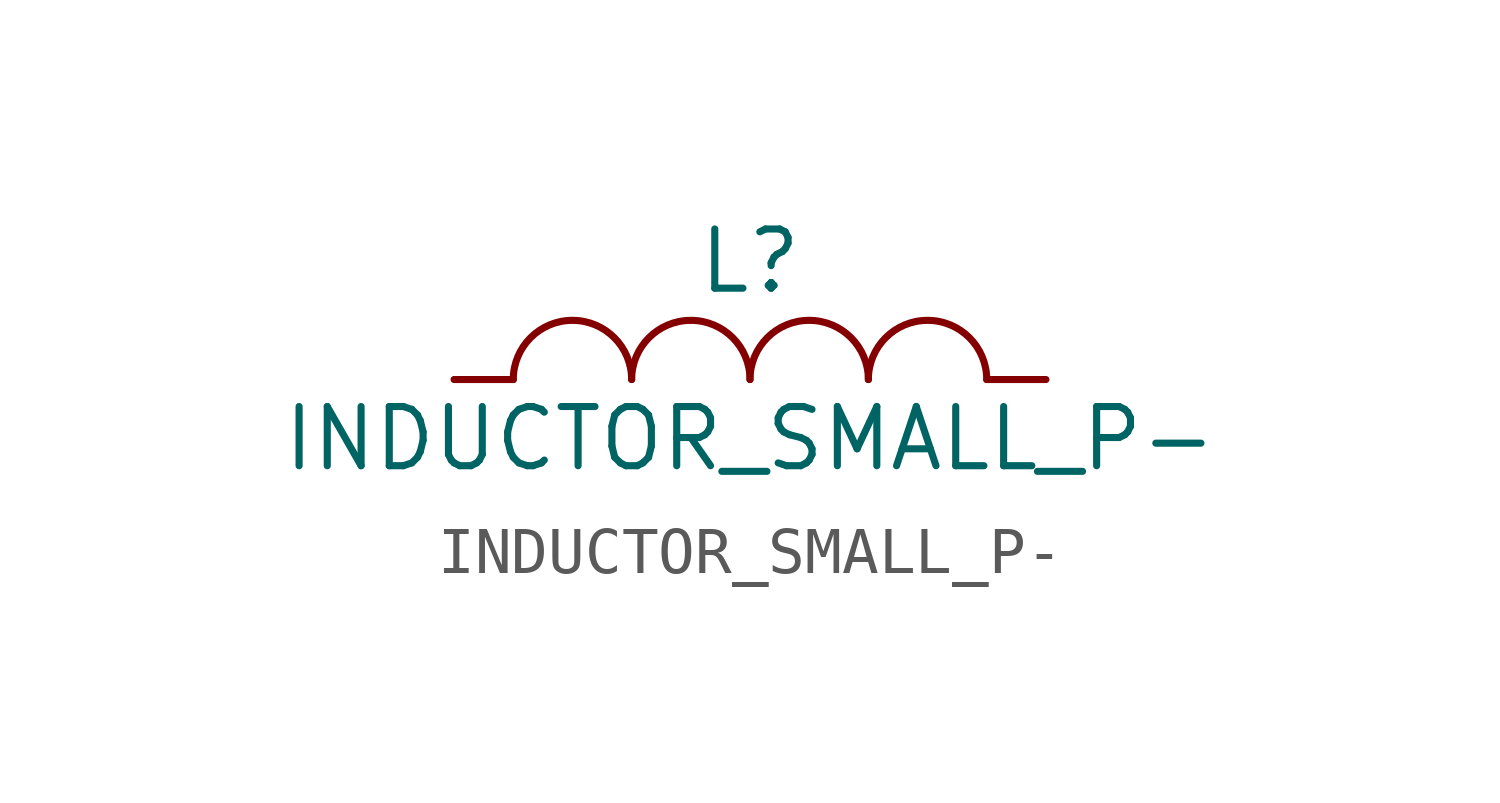
<source format=kicad_sym>
(kicad_symbol_lib
  (version 20231120)
  (generator "kicad_symbol_editor")
  (generator_version "8.0")
  (symbol "INDUCTOR_SMALL_P-"
    (pin_numbers hide)
    (pin_names
      (offset 0) hide)
    (property "Reference" "L"
      (at 0 2.54 0)
      (effects (font (size 1.27 1.27))))
    (property "Value" "INDUCTOR_SMALL_P-"
      (at 0 -1.27 0)
      (effects (font (size 1.27 1.27))))
    (property "Footprint" ""
      (at 0 0 0)
      (effects (font (size 1.27 1.27))))
    (property "Datasheet" ""
      (at 0 0 0)
      (effects (font (size 1.27 1.27))))
    (symbol "INDUCTOR_SMALL_P-_0_1"
      (arc (start -2.54 0) (mid -3.81 1.27) (end -5.08 0) (stroke (width 0) (type solid)) (fill (type none)))
      (arc (start 0 0) (mid -1.27 1.27) (end -2.54 0) (stroke (width 0) (type solid)) (fill (type none)))
      (arc (start 2.54 0) (mid 1.27 1.27) (end 0 0) (stroke (width 0) (type solid)) (fill (type none)))
      (arc (start 5.08 0) (mid 3.81 1.27) (end 2.54 0) (stroke (width 0) (type solid)) (fill (type none))))
    (symbol "INDUCTOR_SMALL_P-_1_1"
      (pin passive line (at -6.35 0 0) (length 1.27) (name "1" (effects (font (size 0.762 0.762)))) (number "1" (effects (font (size 0.762 0.762)))))
      (pin passive line (at 6.35 0 180) (length 1.27) (name "2" (effects (font (size 0.762 0.762)))) (number "2" (effects (font (size 0.762 0.762))))))))
</source>
